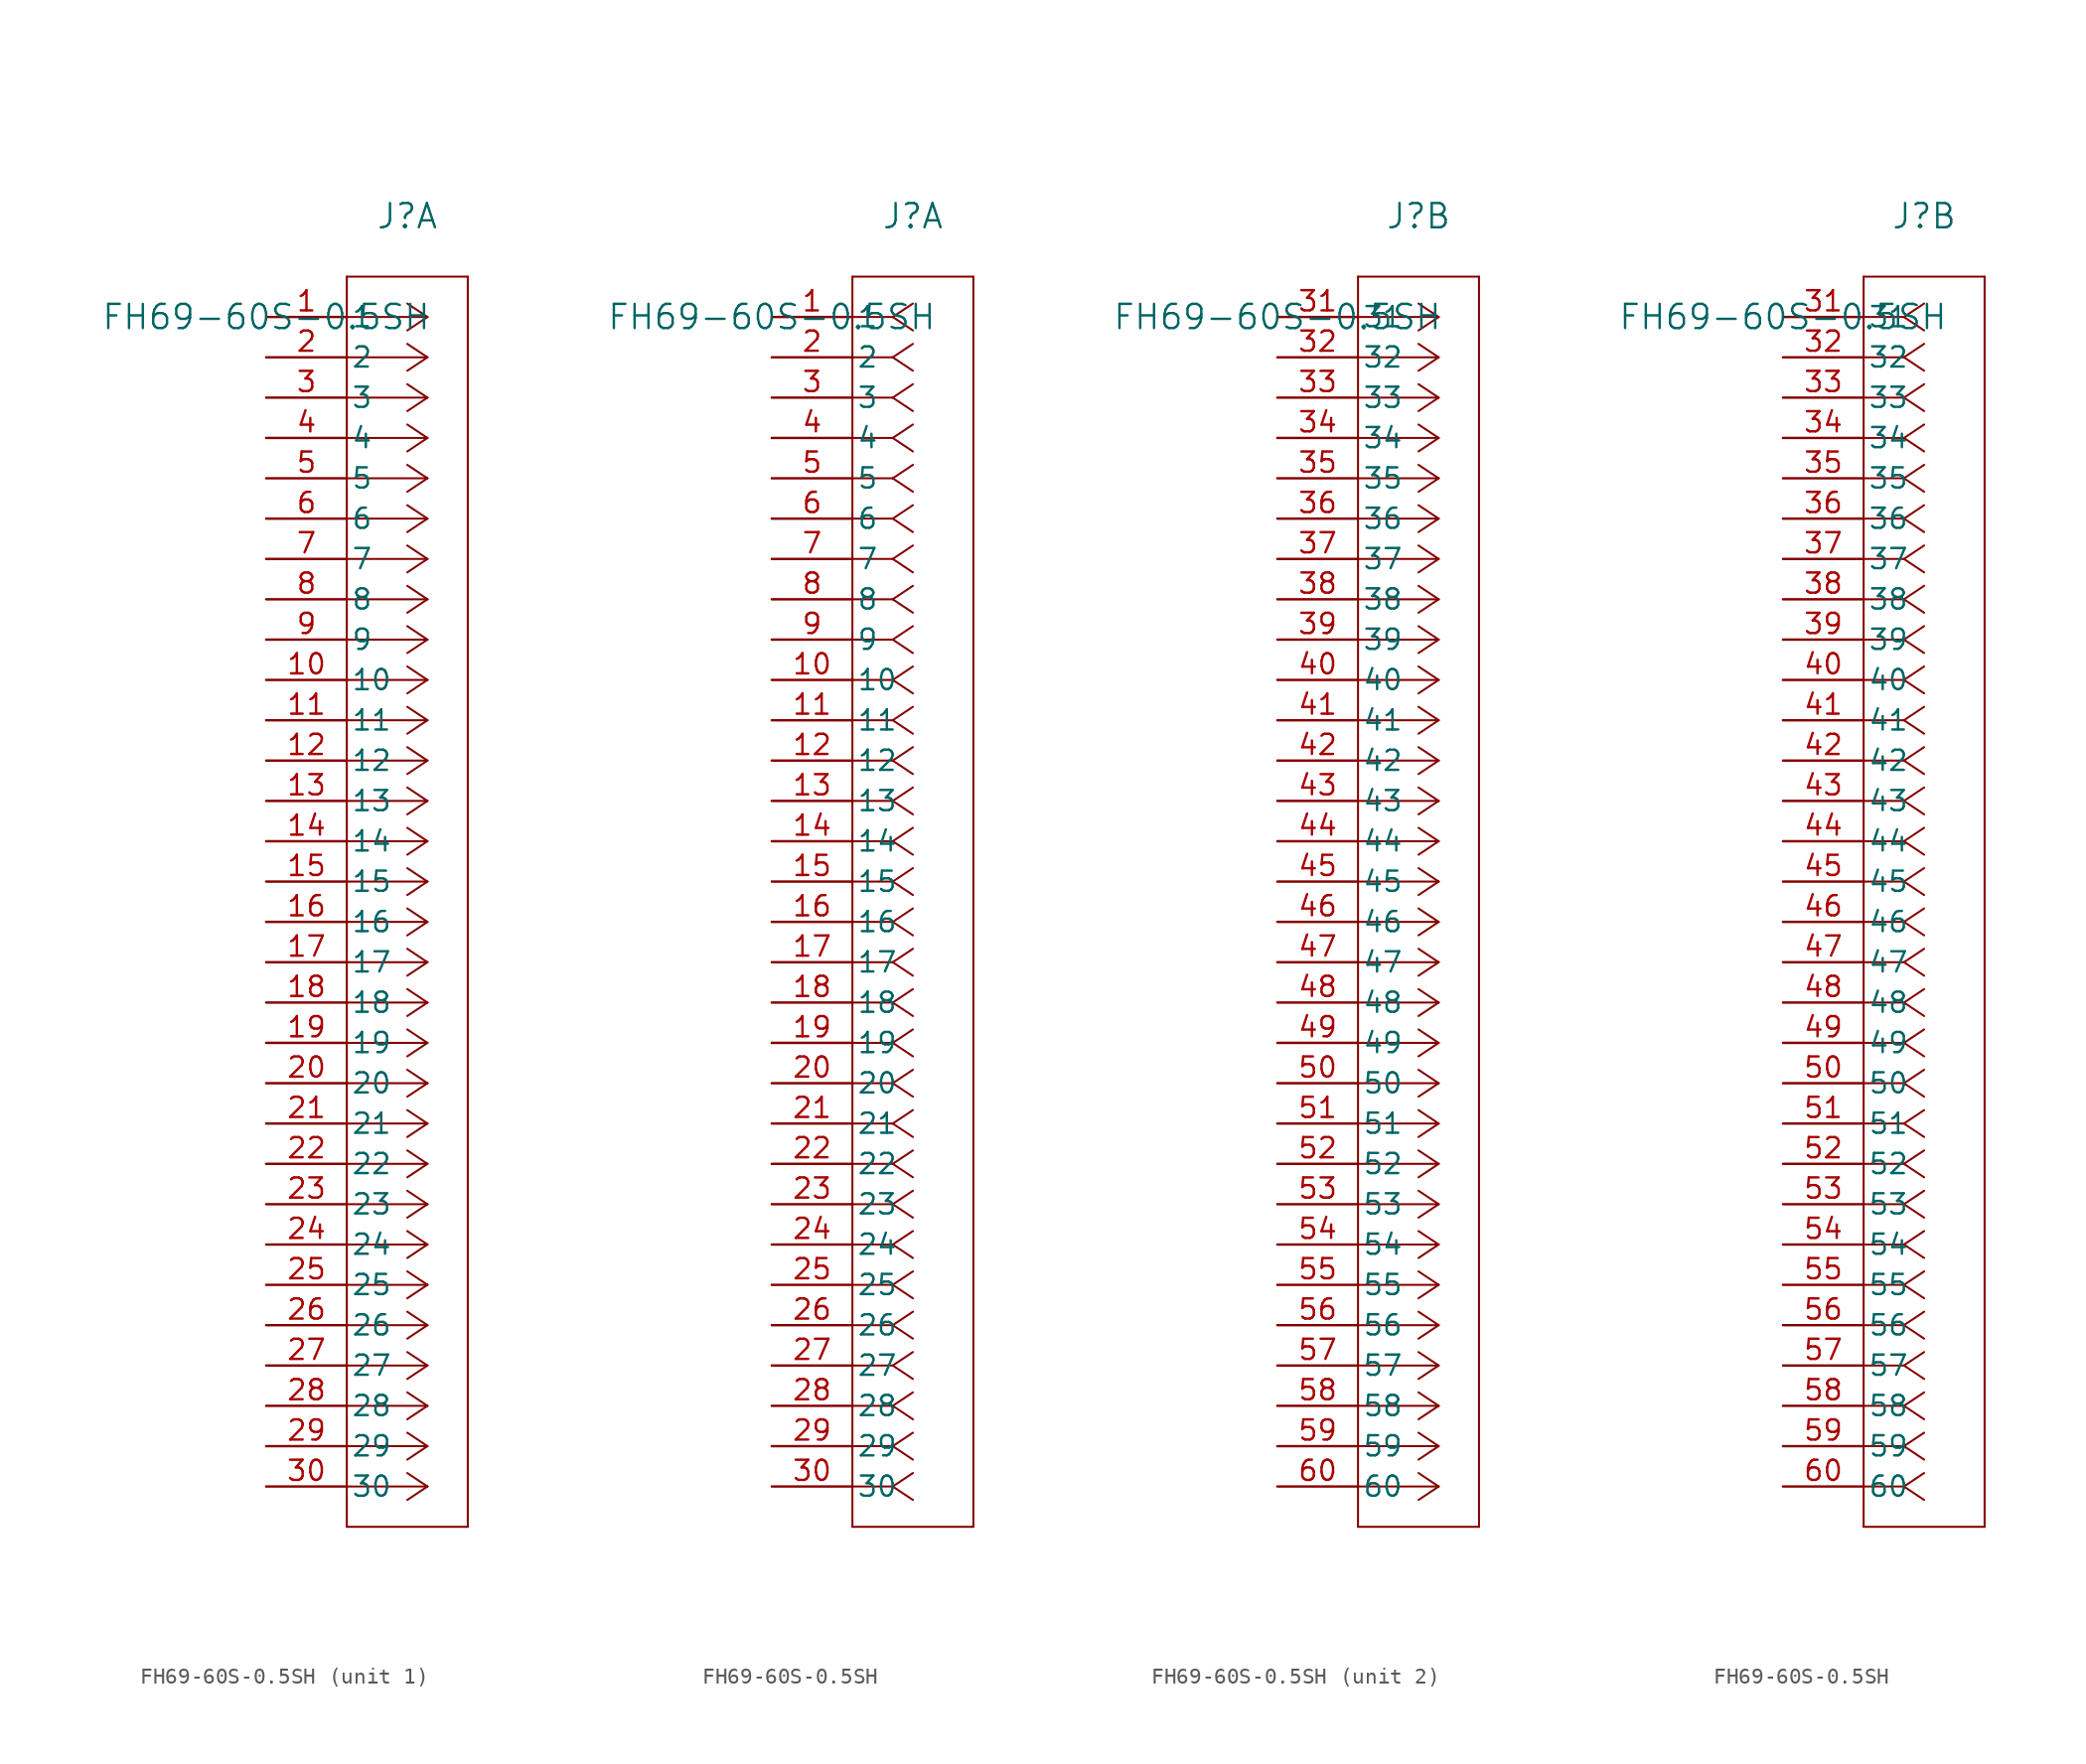
<source format=kicad_sym>
(kicad_symbol_lib
  (version 20211014)
  (generator kicad_symbol_editor)
  (symbol "FH69-60S-0.5SH"
    (pin_names
      (offset 0.254))
    (property "Reference" "J"
      (at 8.89 6.35 0)
      (effects (font (size 1.524 1.524))))
    (property "Value" "FH69-60S-0.5SH"
      (at 0 0 0)
      (effects (font (size 1.524 1.524))))
    (symbol "FH69-60S-0.5SH_1_1"
      (polyline (pts (xy 10.16 0) (xy 5.08 0)) (stroke (width 0.127) (type default) (color 0 0 0 0)) (fill (type none)))
      (polyline (pts (xy 10.16 -2.54) (xy 5.08 -2.54)) (stroke (width 0.127) (type default) (color 0 0 0 0)) (fill (type none)))
      (polyline (pts (xy 10.16 -5.08) (xy 5.08 -5.08)) (stroke (width 0.127) (type default) (color 0 0 0 0)) (fill (type none)))
      (polyline (pts (xy 10.16 -7.62) (xy 5.08 -7.62)) (stroke (width 0.127) (type default) (color 0 0 0 0)) (fill (type none)))
      (polyline (pts (xy 10.16 -10.16) (xy 5.08 -10.16)) (stroke (width 0.127) (type default) (color 0 0 0 0)) (fill (type none)))
      (polyline (pts (xy 10.16 -12.7) (xy 5.08 -12.7)) (stroke (width 0.127) (type default) (color 0 0 0 0)) (fill (type none)))
      (polyline (pts (xy 10.16 -15.24) (xy 5.08 -15.24)) (stroke (width 0.127) (type default) (color 0 0 0 0)) (fill (type none)))
      (polyline (pts (xy 10.16 -17.78) (xy 5.08 -17.78)) (stroke (width 0.127) (type default) (color 0 0 0 0)) (fill (type none)))
      (polyline (pts (xy 10.16 -20.32) (xy 5.08 -20.32)) (stroke (width 0.127) (type default) (color 0 0 0 0)) (fill (type none)))
      (polyline (pts (xy 10.16 -22.86) (xy 5.08 -22.86)) (stroke (width 0.127) (type default) (color 0 0 0 0)) (fill (type none)))
      (polyline (pts (xy 10.16 -25.4) (xy 5.08 -25.4)) (stroke (width 0.127) (type default) (color 0 0 0 0)) (fill (type none)))
      (polyline (pts (xy 10.16 -27.94) (xy 5.08 -27.94)) (stroke (width 0.127) (type default) (color 0 0 0 0)) (fill (type none)))
      (polyline (pts (xy 10.16 -30.48) (xy 5.08 -30.48)) (stroke (width 0.127) (type default) (color 0 0 0 0)) (fill (type none)))
      (polyline (pts (xy 10.16 -33.02) (xy 5.08 -33.02)) (stroke (width 0.127) (type default) (color 0 0 0 0)) (fill (type none)))
      (polyline (pts (xy 10.16 -35.56) (xy 5.08 -35.56)) (stroke (width 0.127) (type default) (color 0 0 0 0)) (fill (type none)))
      (polyline (pts (xy 10.16 -38.1) (xy 5.08 -38.1)) (stroke (width 0.127) (type default) (color 0 0 0 0)) (fill (type none)))
      (polyline (pts (xy 10.16 -40.64) (xy 5.08 -40.64)) (stroke (width 0.127) (type default) (color 0 0 0 0)) (fill (type none)))
      (polyline (pts (xy 10.16 -43.18) (xy 5.08 -43.18)) (stroke (width 0.127) (type default) (color 0 0 0 0)) (fill (type none)))
      (polyline (pts (xy 10.16 -45.72) (xy 5.08 -45.72)) (stroke (width 0.127) (type default) (color 0 0 0 0)) (fill (type none)))
      (polyline (pts (xy 10.16 -48.26) (xy 5.08 -48.26)) (stroke (width 0.127) (type default) (color 0 0 0 0)) (fill (type none)))
      (polyline (pts (xy 10.16 -50.8) (xy 5.08 -50.8)) (stroke (width 0.127) (type default) (color 0 0 0 0)) (fill (type none)))
      (polyline (pts (xy 10.16 -53.34) (xy 5.08 -53.34)) (stroke (width 0.127) (type default) (color 0 0 0 0)) (fill (type none)))
      (polyline (pts (xy 10.16 -55.88) (xy 5.08 -55.88)) (stroke (width 0.127) (type default) (color 0 0 0 0)) (fill (type none)))
      (polyline (pts (xy 10.16 -58.42) (xy 5.08 -58.42)) (stroke (width 0.127) (type default) (color 0 0 0 0)) (fill (type none)))
      (polyline (pts (xy 10.16 -60.96) (xy 5.08 -60.96)) (stroke (width 0.127) (type default) (color 0 0 0 0)) (fill (type none)))
      (polyline (pts (xy 10.16 -63.5) (xy 5.08 -63.5)) (stroke (width 0.127) (type default) (color 0 0 0 0)) (fill (type none)))
      (polyline (pts (xy 10.16 -66.04) (xy 5.08 -66.04)) (stroke (width 0.127) (type default) (color 0 0 0 0)) (fill (type none)))
      (polyline (pts (xy 10.16 -68.58) (xy 5.08 -68.58)) (stroke (width 0.127) (type default) (color 0 0 0 0)) (fill (type none)))
      (polyline (pts (xy 10.16 -71.12) (xy 5.08 -71.12)) (stroke (width 0.127) (type default) (color 0 0 0 0)) (fill (type none)))
      (polyline (pts (xy 10.16 -73.66) (xy 5.08 -73.66)) (stroke (width 0.127) (type default) (color 0 0 0 0)) (fill (type none)))
      (polyline (pts (xy 10.16 0) (xy 8.89 0.847)) (stroke (width 0.127) (type default) (color 0 0 0 0)) (fill (type none)))
      (polyline (pts (xy 10.16 -2.54) (xy 8.89 -1.693)) (stroke (width 0.127) (type default) (color 0 0 0 0)) (fill (type none)))
      (polyline (pts (xy 10.16 -5.08) (xy 8.89 -4.233)) (stroke (width 0.127) (type default) (color 0 0 0 0)) (fill (type none)))
      (polyline (pts (xy 10.16 -7.62) (xy 8.89 -6.773)) (stroke (width 0.127) (type default) (color 0 0 0 0)) (fill (type none)))
      (polyline (pts (xy 10.16 -10.16) (xy 8.89 -9.313)) (stroke (width 0.127) (type default) (color 0 0 0 0)) (fill (type none)))
      (polyline (pts (xy 10.16 -12.7) (xy 8.89 -11.853)) (stroke (width 0.127) (type default) (color 0 0 0 0)) (fill (type none)))
      (polyline (pts (xy 10.16 -15.24) (xy 8.89 -14.393)) (stroke (width 0.127) (type default) (color 0 0 0 0)) (fill (type none)))
      (polyline (pts (xy 10.16 -17.78) (xy 8.89 -16.933)) (stroke (width 0.127) (type default) (color 0 0 0 0)) (fill (type none)))
      (polyline (pts (xy 10.16 -20.32) (xy 8.89 -19.473)) (stroke (width 0.127) (type default) (color 0 0 0 0)) (fill (type none)))
      (polyline (pts (xy 10.16 -22.86) (xy 8.89 -22.013)) (stroke (width 0.127) (type default) (color 0 0 0 0)) (fill (type none)))
      (polyline (pts (xy 10.16 -25.4) (xy 8.89 -24.553)) (stroke (width 0.127) (type default) (color 0 0 0 0)) (fill (type none)))
      (polyline (pts (xy 10.16 -27.94) (xy 8.89 -27.093)) (stroke (width 0.127) (type default) (color 0 0 0 0)) (fill (type none)))
      (polyline (pts (xy 10.16 -30.48) (xy 8.89 -29.633)) (stroke (width 0.127) (type default) (color 0 0 0 0)) (fill (type none)))
      (polyline (pts (xy 10.16 -33.02) (xy 8.89 -32.173)) (stroke (width 0.127) (type default) (color 0 0 0 0)) (fill (type none)))
      (polyline (pts (xy 10.16 -35.56) (xy 8.89 -34.713)) (stroke (width 0.127) (type default) (color 0 0 0 0)) (fill (type none)))
      (polyline (pts (xy 10.16 -38.1) (xy 8.89 -37.253)) (stroke (width 0.127) (type default) (color 0 0 0 0)) (fill (type none)))
      (polyline (pts (xy 10.16 -40.64) (xy 8.89 -39.793)) (stroke (width 0.127) (type default) (color 0 0 0 0)) (fill (type none)))
      (polyline (pts (xy 10.16 -43.18) (xy 8.89 -42.333)) (stroke (width 0.127) (type default) (color 0 0 0 0)) (fill (type none)))
      (polyline (pts (xy 10.16 -45.72) (xy 8.89 -44.873)) (stroke (width 0.127) (type default) (color 0 0 0 0)) (fill (type none)))
      (polyline (pts (xy 10.16 -48.26) (xy 8.89 -47.413)) (stroke (width 0.127) (type default) (color 0 0 0 0)) (fill (type none)))
      (polyline (pts (xy 10.16 -50.8) (xy 8.89 -49.953)) (stroke (width 0.127) (type default) (color 0 0 0 0)) (fill (type none)))
      (polyline (pts (xy 10.16 -53.34) (xy 8.89 -52.493)) (stroke (width 0.127) (type default) (color 0 0 0 0)) (fill (type none)))
      (polyline (pts (xy 10.16 -55.88) (xy 8.89 -55.033)) (stroke (width 0.127) (type default) (color 0 0 0 0)) (fill (type none)))
      (polyline (pts (xy 10.16 -58.42) (xy 8.89 -57.573)) (stroke (width 0.127) (type default) (color 0 0 0 0)) (fill (type none)))
      (polyline (pts (xy 10.16 -60.96) (xy 8.89 -60.113)) (stroke (width 0.127) (type default) (color 0 0 0 0)) (fill (type none)))
      (polyline (pts (xy 10.16 -63.5) (xy 8.89 -62.653)) (stroke (width 0.127) (type default) (color 0 0 0 0)) (fill (type none)))
      (polyline (pts (xy 10.16 -66.04) (xy 8.89 -65.193)) (stroke (width 0.127) (type default) (color 0 0 0 0)) (fill (type none)))
      (polyline (pts (xy 10.16 -68.58) (xy 8.89 -67.733)) (stroke (width 0.127) (type default) (color 0 0 0 0)) (fill (type none)))
      (polyline (pts (xy 10.16 -71.12) (xy 8.89 -70.273)) (stroke (width 0.127) (type default) (color 0 0 0 0)) (fill (type none)))
      (polyline (pts (xy 10.16 -73.66) (xy 8.89 -72.813)) (stroke (width 0.127) (type default) (color 0 0 0 0)) (fill (type none)))
      (polyline (pts (xy 10.16 0) (xy 8.89 -0.847)) (stroke (width 0.127) (type default) (color 0 0 0 0)) (fill (type none)))
      (polyline (pts (xy 10.16 -2.54) (xy 8.89 -3.387)) (stroke (width 0.127) (type default) (color 0 0 0 0)) (fill (type none)))
      (polyline (pts (xy 10.16 -5.08) (xy 8.89 -5.927)) (stroke (width 0.127) (type default) (color 0 0 0 0)) (fill (type none)))
      (polyline (pts (xy 10.16 -7.62) (xy 8.89 -8.467)) (stroke (width 0.127) (type default) (color 0 0 0 0)) (fill (type none)))
      (polyline (pts (xy 10.16 -10.16) (xy 8.89 -11.007)) (stroke (width 0.127) (type default) (color 0 0 0 0)) (fill (type none)))
      (polyline (pts (xy 10.16 -12.7) (xy 8.89 -13.547)) (stroke (width 0.127) (type default) (color 0 0 0 0)) (fill (type none)))
      (polyline (pts (xy 10.16 -15.24) (xy 8.89 -16.087)) (stroke (width 0.127) (type default) (color 0 0 0 0)) (fill (type none)))
      (polyline (pts (xy 10.16 -17.78) (xy 8.89 -18.627)) (stroke (width 0.127) (type default) (color 0 0 0 0)) (fill (type none)))
      (polyline (pts (xy 10.16 -20.32) (xy 8.89 -21.167)) (stroke (width 0.127) (type default) (color 0 0 0 0)) (fill (type none)))
      (polyline (pts (xy 10.16 -22.86) (xy 8.89 -23.707)) (stroke (width 0.127) (type default) (color 0 0 0 0)) (fill (type none)))
      (polyline (pts (xy 10.16 -25.4) (xy 8.89 -26.247)) (stroke (width 0.127) (type default) (color 0 0 0 0)) (fill (type none)))
      (polyline (pts (xy 10.16 -27.94) (xy 8.89 -28.787)) (stroke (width 0.127) (type default) (color 0 0 0 0)) (fill (type none)))
      (polyline (pts (xy 10.16 -30.48) (xy 8.89 -31.327)) (stroke (width 0.127) (type default) (color 0 0 0 0)) (fill (type none)))
      (polyline (pts (xy 10.16 -33.02) (xy 8.89 -33.867)) (stroke (width 0.127) (type default) (color 0 0 0 0)) (fill (type none)))
      (polyline (pts (xy 10.16 -35.56) (xy 8.89 -36.407)) (stroke (width 0.127) (type default) (color 0 0 0 0)) (fill (type none)))
      (polyline (pts (xy 10.16 -38.1) (xy 8.89 -38.947)) (stroke (width 0.127) (type default) (color 0 0 0 0)) (fill (type none)))
      (polyline (pts (xy 10.16 -40.64) (xy 8.89 -41.487)) (stroke (width 0.127) (type default) (color 0 0 0 0)) (fill (type none)))
      (polyline (pts (xy 10.16 -43.18) (xy 8.89 -44.027)) (stroke (width 0.127) (type default) (color 0 0 0 0)) (fill (type none)))
      (polyline (pts (xy 10.16 -45.72) (xy 8.89 -46.567)) (stroke (width 0.127) (type default) (color 0 0 0 0)) (fill (type none)))
      (polyline (pts (xy 10.16 -48.26) (xy 8.89 -49.107)) (stroke (width 0.127) (type default) (color 0 0 0 0)) (fill (type none)))
      (polyline (pts (xy 10.16 -50.8) (xy 8.89 -51.647)) (stroke (width 0.127) (type default) (color 0 0 0 0)) (fill (type none)))
      (polyline (pts (xy 10.16 -53.34) (xy 8.89 -54.187)) (stroke (width 0.127) (type default) (color 0 0 0 0)) (fill (type none)))
      (polyline (pts (xy 10.16 -55.88) (xy 8.89 -56.727)) (stroke (width 0.127) (type default) (color 0 0 0 0)) (fill (type none)))
      (polyline (pts (xy 10.16 -58.42) (xy 8.89 -59.267)) (stroke (width 0.127) (type default) (color 0 0 0 0)) (fill (type none)))
      (polyline (pts (xy 10.16 -60.96) (xy 8.89 -61.807)) (stroke (width 0.127) (type default) (color 0 0 0 0)) (fill (type none)))
      (polyline (pts (xy 10.16 -63.5) (xy 8.89 -64.347)) (stroke (width 0.127) (type default) (color 0 0 0 0)) (fill (type none)))
      (polyline (pts (xy 10.16 -66.04) (xy 8.89 -66.887)) (stroke (width 0.127) (type default) (color 0 0 0 0)) (fill (type none)))
      (polyline (pts (xy 10.16 -68.58) (xy 8.89 -69.427)) (stroke (width 0.127) (type default) (color 0 0 0 0)) (fill (type none)))
      (polyline (pts (xy 10.16 -71.12) (xy 8.89 -71.967)) (stroke (width 0.127) (type default) (color 0 0 0 0)) (fill (type none)))
      (polyline (pts (xy 10.16 -73.66) (xy 8.89 -74.507)) (stroke (width 0.127) (type default) (color 0 0 0 0)) (fill (type none)))
      (polyline (pts (xy 5.08 2.54) (xy 5.08 -76.2)) (stroke (width 0.127) (type default) (color 0 0 0 0)) (fill (type none)))
      (polyline (pts (xy 5.08 -76.2) (xy 12.7 -76.2)) (stroke (width 0.127) (type default) (color 0 0 0 0)) (fill (type none)))
      (polyline (pts (xy 12.7 -76.2) (xy 12.7 2.54)) (stroke (width 0.127) (type default) (color 0 0 0 0)) (fill (type none)))
      (polyline (pts (xy 12.7 2.54) (xy 5.08 2.54)) (stroke (width 0.127) (type default) (color 0 0 0 0)) (fill (type none)))
      (pin unspecified line (at 0 0 0) (length 5.08) (name "1" (effects (font (size 1.27 1.27)))) (number "1" (effects (font (size 1.27 1.27)))))
      (pin unspecified line (at 0 -2.54 0) (length 5.08) (name "2" (effects (font (size 1.27 1.27)))) (number "2" (effects (font (size 1.27 1.27)))))
      (pin unspecified line (at 0 -5.08 0) (length 5.08) (name "3" (effects (font (size 1.27 1.27)))) (number "3" (effects (font (size 1.27 1.27)))))
      (pin unspecified line (at 0 -7.62 0) (length 5.08) (name "4" (effects (font (size 1.27 1.27)))) (number "4" (effects (font (size 1.27 1.27)))))
      (pin unspecified line (at 0 -10.16 0) (length 5.08) (name "5" (effects (font (size 1.27 1.27)))) (number "5" (effects (font (size 1.27 1.27)))))
      (pin unspecified line (at 0 -12.7 0) (length 5.08) (name "6" (effects (font (size 1.27 1.27)))) (number "6" (effects (font (size 1.27 1.27)))))
      (pin unspecified line (at 0 -15.24 0) (length 5.08) (name "7" (effects (font (size 1.27 1.27)))) (number "7" (effects (font (size 1.27 1.27)))))
      (pin unspecified line (at 0 -17.78 0) (length 5.08) (name "8" (effects (font (size 1.27 1.27)))) (number "8" (effects (font (size 1.27 1.27)))))
      (pin unspecified line (at 0 -20.32 0) (length 5.08) (name "9" (effects (font (size 1.27 1.27)))) (number "9" (effects (font (size 1.27 1.27)))))
      (pin unspecified line (at 0 -22.86 0) (length 5.08) (name "10" (effects (font (size 1.27 1.27)))) (number "10" (effects (font (size 1.27 1.27)))))
      (pin unspecified line (at 0 -25.4 0) (length 5.08) (name "11" (effects (font (size 1.27 1.27)))) (number "11" (effects (font (size 1.27 1.27)))))
      (pin unspecified line (at 0 -27.94 0) (length 5.08) (name "12" (effects (font (size 1.27 1.27)))) (number "12" (effects (font (size 1.27 1.27)))))
      (pin unspecified line (at 0 -30.48 0) (length 5.08) (name "13" (effects (font (size 1.27 1.27)))) (number "13" (effects (font (size 1.27 1.27)))))
      (pin unspecified line (at 0 -33.02 0) (length 5.08) (name "14" (effects (font (size 1.27 1.27)))) (number "14" (effects (font (size 1.27 1.27)))))
      (pin unspecified line (at 0 -35.56 0) (length 5.08) (name "15" (effects (font (size 1.27 1.27)))) (number "15" (effects (font (size 1.27 1.27)))))
      (pin unspecified line (at 0 -38.1 0) (length 5.08) (name "16" (effects (font (size 1.27 1.27)))) (number "16" (effects (font (size 1.27 1.27)))))
      (pin unspecified line (at 0 -40.64 0) (length 5.08) (name "17" (effects (font (size 1.27 1.27)))) (number "17" (effects (font (size 1.27 1.27)))))
      (pin unspecified line (at 0 -43.18 0) (length 5.08) (name "18" (effects (font (size 1.27 1.27)))) (number "18" (effects (font (size 1.27 1.27)))))
      (pin unspecified line (at 0 -45.72 0) (length 5.08) (name "19" (effects (font (size 1.27 1.27)))) (number "19" (effects (font (size 1.27 1.27)))))
      (pin unspecified line (at 0 -48.26 0) (length 5.08) (name "20" (effects (font (size 1.27 1.27)))) (number "20" (effects (font (size 1.27 1.27)))))
      (pin unspecified line (at 0 -50.8 0) (length 5.08) (name "21" (effects (font (size 1.27 1.27)))) (number "21" (effects (font (size 1.27 1.27)))))
      (pin unspecified line (at 0 -53.34 0) (length 5.08) (name "22" (effects (font (size 1.27 1.27)))) (number "22" (effects (font (size 1.27 1.27)))))
      (pin unspecified line (at 0 -55.88 0) (length 5.08) (name "23" (effects (font (size 1.27 1.27)))) (number "23" (effects (font (size 1.27 1.27)))))
      (pin unspecified line (at 0 -58.42 0) (length 5.08) (name "24" (effects (font (size 1.27 1.27)))) (number "24" (effects (font (size 1.27 1.27)))))
      (pin unspecified line (at 0 -60.96 0) (length 5.08) (name "25" (effects (font (size 1.27 1.27)))) (number "25" (effects (font (size 1.27 1.27)))))
      (pin unspecified line (at 0 -63.5 0) (length 5.08) (name "26" (effects (font (size 1.27 1.27)))) (number "26" (effects (font (size 1.27 1.27)))))
      (pin unspecified line (at 0 -66.04 0) (length 5.08) (name "27" (effects (font (size 1.27 1.27)))) (number "27" (effects (font (size 1.27 1.27)))))
      (pin unspecified line (at 0 -68.58 0) (length 5.08) (name "28" (effects (font (size 1.27 1.27)))) (number "28" (effects (font (size 1.27 1.27)))))
      (pin unspecified line (at 0 -71.12 0) (length 5.08) (name "29" (effects (font (size 1.27 1.27)))) (number "29" (effects (font (size 1.27 1.27)))))
      (pin unspecified line (at 0 -73.66 0) (length 5.08) (name "30" (effects (font (size 1.27 1.27)))) (number "30" (effects (font (size 1.27 1.27))))))
    (symbol "FH69-60S-0.5SH_1_2"
      (polyline (pts (xy 7.62 0) (xy 5.08 0)) (stroke (width 0.127) (type default) (color 0 0 0 0)) (fill (type none)))
      (polyline (pts (xy 7.62 -2.54) (xy 5.08 -2.54)) (stroke (width 0.127) (type default) (color 0 0 0 0)) (fill (type none)))
      (polyline (pts (xy 7.62 -5.08) (xy 5.08 -5.08)) (stroke (width 0.127) (type default) (color 0 0 0 0)) (fill (type none)))
      (polyline (pts (xy 7.62 -7.62) (xy 5.08 -7.62)) (stroke (width 0.127) (type default) (color 0 0 0 0)) (fill (type none)))
      (polyline (pts (xy 7.62 -10.16) (xy 5.08 -10.16)) (stroke (width 0.127) (type default) (color 0 0 0 0)) (fill (type none)))
      (polyline (pts (xy 7.62 -12.7) (xy 5.08 -12.7)) (stroke (width 0.127) (type default) (color 0 0 0 0)) (fill (type none)))
      (polyline (pts (xy 7.62 -15.24) (xy 5.08 -15.24)) (stroke (width 0.127) (type default) (color 0 0 0 0)) (fill (type none)))
      (polyline (pts (xy 7.62 -17.78) (xy 5.08 -17.78)) (stroke (width 0.127) (type default) (color 0 0 0 0)) (fill (type none)))
      (polyline (pts (xy 7.62 -20.32) (xy 5.08 -20.32)) (stroke (width 0.127) (type default) (color 0 0 0 0)) (fill (type none)))
      (polyline (pts (xy 7.62 -22.86) (xy 5.08 -22.86)) (stroke (width 0.127) (type default) (color 0 0 0 0)) (fill (type none)))
      (polyline (pts (xy 7.62 -25.4) (xy 5.08 -25.4)) (stroke (width 0.127) (type default) (color 0 0 0 0)) (fill (type none)))
      (polyline (pts (xy 7.62 -27.94) (xy 5.08 -27.94)) (stroke (width 0.127) (type default) (color 0 0 0 0)) (fill (type none)))
      (polyline (pts (xy 7.62 -30.48) (xy 5.08 -30.48)) (stroke (width 0.127) (type default) (color 0 0 0 0)) (fill (type none)))
      (polyline (pts (xy 7.62 -33.02) (xy 5.08 -33.02)) (stroke (width 0.127) (type default) (color 0 0 0 0)) (fill (type none)))
      (polyline (pts (xy 7.62 -35.56) (xy 5.08 -35.56)) (stroke (width 0.127) (type default) (color 0 0 0 0)) (fill (type none)))
      (polyline (pts (xy 7.62 -38.1) (xy 5.08 -38.1)) (stroke (width 0.127) (type default) (color 0 0 0 0)) (fill (type none)))
      (polyline (pts (xy 7.62 -40.64) (xy 5.08 -40.64)) (stroke (width 0.127) (type default) (color 0 0 0 0)) (fill (type none)))
      (polyline (pts (xy 7.62 -43.18) (xy 5.08 -43.18)) (stroke (width 0.127) (type default) (color 0 0 0 0)) (fill (type none)))
      (polyline (pts (xy 7.62 -45.72) (xy 5.08 -45.72)) (stroke (width 0.127) (type default) (color 0 0 0 0)) (fill (type none)))
      (polyline (pts (xy 7.62 -48.26) (xy 5.08 -48.26)) (stroke (width 0.127) (type default) (color 0 0 0 0)) (fill (type none)))
      (polyline (pts (xy 7.62 -50.8) (xy 5.08 -50.8)) (stroke (width 0.127) (type default) (color 0 0 0 0)) (fill (type none)))
      (polyline (pts (xy 7.62 -53.34) (xy 5.08 -53.34)) (stroke (width 0.127) (type default) (color 0 0 0 0)) (fill (type none)))
      (polyline (pts (xy 7.62 -55.88) (xy 5.08 -55.88)) (stroke (width 0.127) (type default) (color 0 0 0 0)) (fill (type none)))
      (polyline (pts (xy 7.62 -58.42) (xy 5.08 -58.42)) (stroke (width 0.127) (type default) (color 0 0 0 0)) (fill (type none)))
      (polyline (pts (xy 7.62 -60.96) (xy 5.08 -60.96)) (stroke (width 0.127) (type default) (color 0 0 0 0)) (fill (type none)))
      (polyline (pts (xy 7.62 -63.5) (xy 5.08 -63.5)) (stroke (width 0.127) (type default) (color 0 0 0 0)) (fill (type none)))
      (polyline (pts (xy 7.62 -66.04) (xy 5.08 -66.04)) (stroke (width 0.127) (type default) (color 0 0 0 0)) (fill (type none)))
      (polyline (pts (xy 7.62 -68.58) (xy 5.08 -68.58)) (stroke (width 0.127) (type default) (color 0 0 0 0)) (fill (type none)))
      (polyline (pts (xy 7.62 -71.12) (xy 5.08 -71.12)) (stroke (width 0.127) (type default) (color 0 0 0 0)) (fill (type none)))
      (polyline (pts (xy 7.62 -73.66) (xy 5.08 -73.66)) (stroke (width 0.127) (type default) (color 0 0 0 0)) (fill (type none)))
      (polyline (pts (xy 7.62 0) (xy 8.89 0.847)) (stroke (width 0.127) (type default) (color 0 0 0 0)) (fill (type none)))
      (polyline (pts (xy 7.62 -2.54) (xy 8.89 -1.693)) (stroke (width 0.127) (type default) (color 0 0 0 0)) (fill (type none)))
      (polyline (pts (xy 7.62 -5.08) (xy 8.89 -4.233)) (stroke (width 0.127) (type default) (color 0 0 0 0)) (fill (type none)))
      (polyline (pts (xy 7.62 -7.62) (xy 8.89 -6.773)) (stroke (width 0.127) (type default) (color 0 0 0 0)) (fill (type none)))
      (polyline (pts (xy 7.62 -10.16) (xy 8.89 -9.313)) (stroke (width 0.127) (type default) (color 0 0 0 0)) (fill (type none)))
      (polyline (pts (xy 7.62 -12.7) (xy 8.89 -11.853)) (stroke (width 0.127) (type default) (color 0 0 0 0)) (fill (type none)))
      (polyline (pts (xy 7.62 -15.24) (xy 8.89 -14.393)) (stroke (width 0.127) (type default) (color 0 0 0 0)) (fill (type none)))
      (polyline (pts (xy 7.62 -17.78) (xy 8.89 -16.933)) (stroke (width 0.127) (type default) (color 0 0 0 0)) (fill (type none)))
      (polyline (pts (xy 7.62 -20.32) (xy 8.89 -19.473)) (stroke (width 0.127) (type default) (color 0 0 0 0)) (fill (type none)))
      (polyline (pts (xy 7.62 -22.86) (xy 8.89 -22.013)) (stroke (width 0.127) (type default) (color 0 0 0 0)) (fill (type none)))
      (polyline (pts (xy 7.62 -25.4) (xy 8.89 -24.553)) (stroke (width 0.127) (type default) (color 0 0 0 0)) (fill (type none)))
      (polyline (pts (xy 7.62 -27.94) (xy 8.89 -27.093)) (stroke (width 0.127) (type default) (color 0 0 0 0)) (fill (type none)))
      (polyline (pts (xy 7.62 -30.48) (xy 8.89 -29.633)) (stroke (width 0.127) (type default) (color 0 0 0 0)) (fill (type none)))
      (polyline (pts (xy 7.62 -33.02) (xy 8.89 -32.173)) (stroke (width 0.127) (type default) (color 0 0 0 0)) (fill (type none)))
      (polyline (pts (xy 7.62 -35.56) (xy 8.89 -34.713)) (stroke (width 0.127) (type default) (color 0 0 0 0)) (fill (type none)))
      (polyline (pts (xy 7.62 -38.1) (xy 8.89 -37.253)) (stroke (width 0.127) (type default) (color 0 0 0 0)) (fill (type none)))
      (polyline (pts (xy 7.62 -40.64) (xy 8.89 -39.793)) (stroke (width 0.127) (type default) (color 0 0 0 0)) (fill (type none)))
      (polyline (pts (xy 7.62 -43.18) (xy 8.89 -42.333)) (stroke (width 0.127) (type default) (color 0 0 0 0)) (fill (type none)))
      (polyline (pts (xy 7.62 -45.72) (xy 8.89 -44.873)) (stroke (width 0.127) (type default) (color 0 0 0 0)) (fill (type none)))
      (polyline (pts (xy 7.62 -48.26) (xy 8.89 -47.413)) (stroke (width 0.127) (type default) (color 0 0 0 0)) (fill (type none)))
      (polyline (pts (xy 7.62 -50.8) (xy 8.89 -49.953)) (stroke (width 0.127) (type default) (color 0 0 0 0)) (fill (type none)))
      (polyline (pts (xy 7.62 -53.34) (xy 8.89 -52.493)) (stroke (width 0.127) (type default) (color 0 0 0 0)) (fill (type none)))
      (polyline (pts (xy 7.62 -55.88) (xy 8.89 -55.033)) (stroke (width 0.127) (type default) (color 0 0 0 0)) (fill (type none)))
      (polyline (pts (xy 7.62 -58.42) (xy 8.89 -57.573)) (stroke (width 0.127) (type default) (color 0 0 0 0)) (fill (type none)))
      (polyline (pts (xy 7.62 -60.96) (xy 8.89 -60.113)) (stroke (width 0.127) (type default) (color 0 0 0 0)) (fill (type none)))
      (polyline (pts (xy 7.62 -63.5) (xy 8.89 -62.653)) (stroke (width 0.127) (type default) (color 0 0 0 0)) (fill (type none)))
      (polyline (pts (xy 7.62 -66.04) (xy 8.89 -65.193)) (stroke (width 0.127) (type default) (color 0 0 0 0)) (fill (type none)))
      (polyline (pts (xy 7.62 -68.58) (xy 8.89 -67.733)) (stroke (width 0.127) (type default) (color 0 0 0 0)) (fill (type none)))
      (polyline (pts (xy 7.62 -71.12) (xy 8.89 -70.273)) (stroke (width 0.127) (type default) (color 0 0 0 0)) (fill (type none)))
      (polyline (pts (xy 7.62 -73.66) (xy 8.89 -72.813)) (stroke (width 0.127) (type default) (color 0 0 0 0)) (fill (type none)))
      (polyline (pts (xy 7.62 0) (xy 8.89 -0.847)) (stroke (width 0.127) (type default) (color 0 0 0 0)) (fill (type none)))
      (polyline (pts (xy 7.62 -2.54) (xy 8.89 -3.387)) (stroke (width 0.127) (type default) (color 0 0 0 0)) (fill (type none)))
      (polyline (pts (xy 7.62 -5.08) (xy 8.89 -5.927)) (stroke (width 0.127) (type default) (color 0 0 0 0)) (fill (type none)))
      (polyline (pts (xy 7.62 -7.62) (xy 8.89 -8.467)) (stroke (width 0.127) (type default) (color 0 0 0 0)) (fill (type none)))
      (polyline (pts (xy 7.62 -10.16) (xy 8.89 -11.007)) (stroke (width 0.127) (type default) (color 0 0 0 0)) (fill (type none)))
      (polyline (pts (xy 7.62 -12.7) (xy 8.89 -13.547)) (stroke (width 0.127) (type default) (color 0 0 0 0)) (fill (type none)))
      (polyline (pts (xy 7.62 -15.24) (xy 8.89 -16.087)) (stroke (width 0.127) (type default) (color 0 0 0 0)) (fill (type none)))
      (polyline (pts (xy 7.62 -17.78) (xy 8.89 -18.627)) (stroke (width 0.127) (type default) (color 0 0 0 0)) (fill (type none)))
      (polyline (pts (xy 7.62 -20.32) (xy 8.89 -21.167)) (stroke (width 0.127) (type default) (color 0 0 0 0)) (fill (type none)))
      (polyline (pts (xy 7.62 -22.86) (xy 8.89 -23.707)) (stroke (width 0.127) (type default) (color 0 0 0 0)) (fill (type none)))
      (polyline (pts (xy 7.62 -25.4) (xy 8.89 -26.247)) (stroke (width 0.127) (type default) (color 0 0 0 0)) (fill (type none)))
      (polyline (pts (xy 7.62 -27.94) (xy 8.89 -28.787)) (stroke (width 0.127) (type default) (color 0 0 0 0)) (fill (type none)))
      (polyline (pts (xy 7.62 -30.48) (xy 8.89 -31.327)) (stroke (width 0.127) (type default) (color 0 0 0 0)) (fill (type none)))
      (polyline (pts (xy 7.62 -33.02) (xy 8.89 -33.867)) (stroke (width 0.127) (type default) (color 0 0 0 0)) (fill (type none)))
      (polyline (pts (xy 7.62 -35.56) (xy 8.89 -36.407)) (stroke (width 0.127) (type default) (color 0 0 0 0)) (fill (type none)))
      (polyline (pts (xy 7.62 -38.1) (xy 8.89 -38.947)) (stroke (width 0.127) (type default) (color 0 0 0 0)) (fill (type none)))
      (polyline (pts (xy 7.62 -40.64) (xy 8.89 -41.487)) (stroke (width 0.127) (type default) (color 0 0 0 0)) (fill (type none)))
      (polyline (pts (xy 7.62 -43.18) (xy 8.89 -44.027)) (stroke (width 0.127) (type default) (color 0 0 0 0)) (fill (type none)))
      (polyline (pts (xy 7.62 -45.72) (xy 8.89 -46.567)) (stroke (width 0.127) (type default) (color 0 0 0 0)) (fill (type none)))
      (polyline (pts (xy 7.62 -48.26) (xy 8.89 -49.107)) (stroke (width 0.127) (type default) (color 0 0 0 0)) (fill (type none)))
      (polyline (pts (xy 7.62 -50.8) (xy 8.89 -51.647)) (stroke (width 0.127) (type default) (color 0 0 0 0)) (fill (type none)))
      (polyline (pts (xy 7.62 -53.34) (xy 8.89 -54.187)) (stroke (width 0.127) (type default) (color 0 0 0 0)) (fill (type none)))
      (polyline (pts (xy 7.62 -55.88) (xy 8.89 -56.727)) (stroke (width 0.127) (type default) (color 0 0 0 0)) (fill (type none)))
      (polyline (pts (xy 7.62 -58.42) (xy 8.89 -59.267)) (stroke (width 0.127) (type default) (color 0 0 0 0)) (fill (type none)))
      (polyline (pts (xy 7.62 -60.96) (xy 8.89 -61.807)) (stroke (width 0.127) (type default) (color 0 0 0 0)) (fill (type none)))
      (polyline (pts (xy 7.62 -63.5) (xy 8.89 -64.347)) (stroke (width 0.127) (type default) (color 0 0 0 0)) (fill (type none)))
      (polyline (pts (xy 7.62 -66.04) (xy 8.89 -66.887)) (stroke (width 0.127) (type default) (color 0 0 0 0)) (fill (type none)))
      (polyline (pts (xy 7.62 -68.58) (xy 8.89 -69.427)) (stroke (width 0.127) (type default) (color 0 0 0 0)) (fill (type none)))
      (polyline (pts (xy 7.62 -71.12) (xy 8.89 -71.967)) (stroke (width 0.127) (type default) (color 0 0 0 0)) (fill (type none)))
      (polyline (pts (xy 7.62 -73.66) (xy 8.89 -74.507)) (stroke (width 0.127) (type default) (color 0 0 0 0)) (fill (type none)))
      (polyline (pts (xy 5.08 2.54) (xy 5.08 -76.2)) (stroke (width 0.127) (type default) (color 0 0 0 0)) (fill (type none)))
      (polyline (pts (xy 5.08 -76.2) (xy 12.7 -76.2)) (stroke (width 0.127) (type default) (color 0 0 0 0)) (fill (type none)))
      (polyline (pts (xy 12.7 -76.2) (xy 12.7 2.54)) (stroke (width 0.127) (type default) (color 0 0 0 0)) (fill (type none)))
      (polyline (pts (xy 12.7 2.54) (xy 5.08 2.54)) (stroke (width 0.127) (type default) (color 0 0 0 0)) (fill (type none)))
      (pin unspecified line (at 0 0 0) (length 5.08) (name "1" (effects (font (size 1.27 1.27)))) (number "1" (effects (font (size 1.27 1.27)))))
      (pin unspecified line (at 0 -2.54 0) (length 5.08) (name "2" (effects (font (size 1.27 1.27)))) (number "2" (effects (font (size 1.27 1.27)))))
      (pin unspecified line (at 0 -5.08 0) (length 5.08) (name "3" (effects (font (size 1.27 1.27)))) (number "3" (effects (font (size 1.27 1.27)))))
      (pin unspecified line (at 0 -7.62 0) (length 5.08) (name "4" (effects (font (size 1.27 1.27)))) (number "4" (effects (font (size 1.27 1.27)))))
      (pin unspecified line (at 0 -10.16 0) (length 5.08) (name "5" (effects (font (size 1.27 1.27)))) (number "5" (effects (font (size 1.27 1.27)))))
      (pin unspecified line (at 0 -12.7 0) (length 5.08) (name "6" (effects (font (size 1.27 1.27)))) (number "6" (effects (font (size 1.27 1.27)))))
      (pin unspecified line (at 0 -15.24 0) (length 5.08) (name "7" (effects (font (size 1.27 1.27)))) (number "7" (effects (font (size 1.27 1.27)))))
      (pin unspecified line (at 0 -17.78 0) (length 5.08) (name "8" (effects (font (size 1.27 1.27)))) (number "8" (effects (font (size 1.27 1.27)))))
      (pin unspecified line (at 0 -20.32 0) (length 5.08) (name "9" (effects (font (size 1.27 1.27)))) (number "9" (effects (font (size 1.27 1.27)))))
      (pin unspecified line (at 0 -22.86 0) (length 5.08) (name "10" (effects (font (size 1.27 1.27)))) (number "10" (effects (font (size 1.27 1.27)))))
      (pin unspecified line (at 0 -25.4 0) (length 5.08) (name "11" (effects (font (size 1.27 1.27)))) (number "11" (effects (font (size 1.27 1.27)))))
      (pin unspecified line (at 0 -27.94 0) (length 5.08) (name "12" (effects (font (size 1.27 1.27)))) (number "12" (effects (font (size 1.27 1.27)))))
      (pin unspecified line (at 0 -30.48 0) (length 5.08) (name "13" (effects (font (size 1.27 1.27)))) (number "13" (effects (font (size 1.27 1.27)))))
      (pin unspecified line (at 0 -33.02 0) (length 5.08) (name "14" (effects (font (size 1.27 1.27)))) (number "14" (effects (font (size 1.27 1.27)))))
      (pin unspecified line (at 0 -35.56 0) (length 5.08) (name "15" (effects (font (size 1.27 1.27)))) (number "15" (effects (font (size 1.27 1.27)))))
      (pin unspecified line (at 0 -38.1 0) (length 5.08) (name "16" (effects (font (size 1.27 1.27)))) (number "16" (effects (font (size 1.27 1.27)))))
      (pin unspecified line (at 0 -40.64 0) (length 5.08) (name "17" (effects (font (size 1.27 1.27)))) (number "17" (effects (font (size 1.27 1.27)))))
      (pin unspecified line (at 0 -43.18 0) (length 5.08) (name "18" (effects (font (size 1.27 1.27)))) (number "18" (effects (font (size 1.27 1.27)))))
      (pin unspecified line (at 0 -45.72 0) (length 5.08) (name "19" (effects (font (size 1.27 1.27)))) (number "19" (effects (font (size 1.27 1.27)))))
      (pin unspecified line (at 0 -48.26 0) (length 5.08) (name "20" (effects (font (size 1.27 1.27)))) (number "20" (effects (font (size 1.27 1.27)))))
      (pin unspecified line (at 0 -50.8 0) (length 5.08) (name "21" (effects (font (size 1.27 1.27)))) (number "21" (effects (font (size 1.27 1.27)))))
      (pin unspecified line (at 0 -53.34 0) (length 5.08) (name "22" (effects (font (size 1.27 1.27)))) (number "22" (effects (font (size 1.27 1.27)))))
      (pin unspecified line (at 0 -55.88 0) (length 5.08) (name "23" (effects (font (size 1.27 1.27)))) (number "23" (effects (font (size 1.27 1.27)))))
      (pin unspecified line (at 0 -58.42 0) (length 5.08) (name "24" (effects (font (size 1.27 1.27)))) (number "24" (effects (font (size 1.27 1.27)))))
      (pin unspecified line (at 0 -60.96 0) (length 5.08) (name "25" (effects (font (size 1.27 1.27)))) (number "25" (effects (font (size 1.27 1.27)))))
      (pin unspecified line (at 0 -63.5 0) (length 5.08) (name "26" (effects (font (size 1.27 1.27)))) (number "26" (effects (font (size 1.27 1.27)))))
      (pin unspecified line (at 0 -66.04 0) (length 5.08) (name "27" (effects (font (size 1.27 1.27)))) (number "27" (effects (font (size 1.27 1.27)))))
      (pin unspecified line (at 0 -68.58 0) (length 5.08) (name "28" (effects (font (size 1.27 1.27)))) (number "28" (effects (font (size 1.27 1.27)))))
      (pin unspecified line (at 0 -71.12 0) (length 5.08) (name "29" (effects (font (size 1.27 1.27)))) (number "29" (effects (font (size 1.27 1.27)))))
      (pin unspecified line (at 0 -73.66 0) (length 5.08) (name "30" (effects (font (size 1.27 1.27)))) (number "30" (effects (font (size 1.27 1.27))))))
    (symbol "FH69-60S-0.5SH_2_1"
      (polyline (pts (xy 10.16 0) (xy 5.08 0)) (stroke (width 0.127) (type default) (color 0 0 0 0)) (fill (type none)))
      (polyline (pts (xy 10.16 -2.54) (xy 5.08 -2.54)) (stroke (width 0.127) (type default) (color 0 0 0 0)) (fill (type none)))
      (polyline (pts (xy 10.16 -5.08) (xy 5.08 -5.08)) (stroke (width 0.127) (type default) (color 0 0 0 0)) (fill (type none)))
      (polyline (pts (xy 10.16 -7.62) (xy 5.08 -7.62)) (stroke (width 0.127) (type default) (color 0 0 0 0)) (fill (type none)))
      (polyline (pts (xy 10.16 -10.16) (xy 5.08 -10.16)) (stroke (width 0.127) (type default) (color 0 0 0 0)) (fill (type none)))
      (polyline (pts (xy 10.16 -12.7) (xy 5.08 -12.7)) (stroke (width 0.127) (type default) (color 0 0 0 0)) (fill (type none)))
      (polyline (pts (xy 10.16 -15.24) (xy 5.08 -15.24)) (stroke (width 0.127) (type default) (color 0 0 0 0)) (fill (type none)))
      (polyline (pts (xy 10.16 -17.78) (xy 5.08 -17.78)) (stroke (width 0.127) (type default) (color 0 0 0 0)) (fill (type none)))
      (polyline (pts (xy 10.16 -20.32) (xy 5.08 -20.32)) (stroke (width 0.127) (type default) (color 0 0 0 0)) (fill (type none)))
      (polyline (pts (xy 10.16 -22.86) (xy 5.08 -22.86)) (stroke (width 0.127) (type default) (color 0 0 0 0)) (fill (type none)))
      (polyline (pts (xy 10.16 -25.4) (xy 5.08 -25.4)) (stroke (width 0.127) (type default) (color 0 0 0 0)) (fill (type none)))
      (polyline (pts (xy 10.16 -27.94) (xy 5.08 -27.94)) (stroke (width 0.127) (type default) (color 0 0 0 0)) (fill (type none)))
      (polyline (pts (xy 10.16 -30.48) (xy 5.08 -30.48)) (stroke (width 0.127) (type default) (color 0 0 0 0)) (fill (type none)))
      (polyline (pts (xy 10.16 -33.02) (xy 5.08 -33.02)) (stroke (width 0.127) (type default) (color 0 0 0 0)) (fill (type none)))
      (polyline (pts (xy 10.16 -35.56) (xy 5.08 -35.56)) (stroke (width 0.127) (type default) (color 0 0 0 0)) (fill (type none)))
      (polyline (pts (xy 10.16 -38.1) (xy 5.08 -38.1)) (stroke (width 0.127) (type default) (color 0 0 0 0)) (fill (type none)))
      (polyline (pts (xy 10.16 -40.64) (xy 5.08 -40.64)) (stroke (width 0.127) (type default) (color 0 0 0 0)) (fill (type none)))
      (polyline (pts (xy 10.16 -43.18) (xy 5.08 -43.18)) (stroke (width 0.127) (type default) (color 0 0 0 0)) (fill (type none)))
      (polyline (pts (xy 10.16 -45.72) (xy 5.08 -45.72)) (stroke (width 0.127) (type default) (color 0 0 0 0)) (fill (type none)))
      (polyline (pts (xy 10.16 -48.26) (xy 5.08 -48.26)) (stroke (width 0.127) (type default) (color 0 0 0 0)) (fill (type none)))
      (polyline (pts (xy 10.16 -50.8) (xy 5.08 -50.8)) (stroke (width 0.127) (type default) (color 0 0 0 0)) (fill (type none)))
      (polyline (pts (xy 10.16 -53.34) (xy 5.08 -53.34)) (stroke (width 0.127) (type default) (color 0 0 0 0)) (fill (type none)))
      (polyline (pts (xy 10.16 -55.88) (xy 5.08 -55.88)) (stroke (width 0.127) (type default) (color 0 0 0 0)) (fill (type none)))
      (polyline (pts (xy 10.16 -58.42) (xy 5.08 -58.42)) (stroke (width 0.127) (type default) (color 0 0 0 0)) (fill (type none)))
      (polyline (pts (xy 10.16 -60.96) (xy 5.08 -60.96)) (stroke (width 0.127) (type default) (color 0 0 0 0)) (fill (type none)))
      (polyline (pts (xy 10.16 -63.5) (xy 5.08 -63.5)) (stroke (width 0.127) (type default) (color 0 0 0 0)) (fill (type none)))
      (polyline (pts (xy 10.16 -66.04) (xy 5.08 -66.04)) (stroke (width 0.127) (type default) (color 0 0 0 0)) (fill (type none)))
      (polyline (pts (xy 10.16 -68.58) (xy 5.08 -68.58)) (stroke (width 0.127) (type default) (color 0 0 0 0)) (fill (type none)))
      (polyline (pts (xy 10.16 -71.12) (xy 5.08 -71.12)) (stroke (width 0.127) (type default) (color 0 0 0 0)) (fill (type none)))
      (polyline (pts (xy 10.16 -73.66) (xy 5.08 -73.66)) (stroke (width 0.127) (type default) (color 0 0 0 0)) (fill (type none)))
      (polyline (pts (xy 10.16 0) (xy 8.89 0.847)) (stroke (width 0.127) (type default) (color 0 0 0 0)) (fill (type none)))
      (polyline (pts (xy 10.16 -2.54) (xy 8.89 -1.693)) (stroke (width 0.127) (type default) (color 0 0 0 0)) (fill (type none)))
      (polyline (pts (xy 10.16 -5.08) (xy 8.89 -4.233)) (stroke (width 0.127) (type default) (color 0 0 0 0)) (fill (type none)))
      (polyline (pts (xy 10.16 -7.62) (xy 8.89 -6.773)) (stroke (width 0.127) (type default) (color 0 0 0 0)) (fill (type none)))
      (polyline (pts (xy 10.16 -10.16) (xy 8.89 -9.313)) (stroke (width 0.127) (type default) (color 0 0 0 0)) (fill (type none)))
      (polyline (pts (xy 10.16 -12.7) (xy 8.89 -11.853)) (stroke (width 0.127) (type default) (color 0 0 0 0)) (fill (type none)))
      (polyline (pts (xy 10.16 -15.24) (xy 8.89 -14.393)) (stroke (width 0.127) (type default) (color 0 0 0 0)) (fill (type none)))
      (polyline (pts (xy 10.16 -17.78) (xy 8.89 -16.933)) (stroke (width 0.127) (type default) (color 0 0 0 0)) (fill (type none)))
      (polyline (pts (xy 10.16 -20.32) (xy 8.89 -19.473)) (stroke (width 0.127) (type default) (color 0 0 0 0)) (fill (type none)))
      (polyline (pts (xy 10.16 -22.86) (xy 8.89 -22.013)) (stroke (width 0.127) (type default) (color 0 0 0 0)) (fill (type none)))
      (polyline (pts (xy 10.16 -25.4) (xy 8.89 -24.553)) (stroke (width 0.127) (type default) (color 0 0 0 0)) (fill (type none)))
      (polyline (pts (xy 10.16 -27.94) (xy 8.89 -27.093)) (stroke (width 0.127) (type default) (color 0 0 0 0)) (fill (type none)))
      (polyline (pts (xy 10.16 -30.48) (xy 8.89 -29.633)) (stroke (width 0.127) (type default) (color 0 0 0 0)) (fill (type none)))
      (polyline (pts (xy 10.16 -33.02) (xy 8.89 -32.173)) (stroke (width 0.127) (type default) (color 0 0 0 0)) (fill (type none)))
      (polyline (pts (xy 10.16 -35.56) (xy 8.89 -34.713)) (stroke (width 0.127) (type default) (color 0 0 0 0)) (fill (type none)))
      (polyline (pts (xy 10.16 -38.1) (xy 8.89 -37.253)) (stroke (width 0.127) (type default) (color 0 0 0 0)) (fill (type none)))
      (polyline (pts (xy 10.16 -40.64) (xy 8.89 -39.793)) (stroke (width 0.127) (type default) (color 0 0 0 0)) (fill (type none)))
      (polyline (pts (xy 10.16 -43.18) (xy 8.89 -42.333)) (stroke (width 0.127) (type default) (color 0 0 0 0)) (fill (type none)))
      (polyline (pts (xy 10.16 -45.72) (xy 8.89 -44.873)) (stroke (width 0.127) (type default) (color 0 0 0 0)) (fill (type none)))
      (polyline (pts (xy 10.16 -48.26) (xy 8.89 -47.413)) (stroke (width 0.127) (type default) (color 0 0 0 0)) (fill (type none)))
      (polyline (pts (xy 10.16 -50.8) (xy 8.89 -49.953)) (stroke (width 0.127) (type default) (color 0 0 0 0)) (fill (type none)))
      (polyline (pts (xy 10.16 -53.34) (xy 8.89 -52.493)) (stroke (width 0.127) (type default) (color 0 0 0 0)) (fill (type none)))
      (polyline (pts (xy 10.16 -55.88) (xy 8.89 -55.033)) (stroke (width 0.127) (type default) (color 0 0 0 0)) (fill (type none)))
      (polyline (pts (xy 10.16 -58.42) (xy 8.89 -57.573)) (stroke (width 0.127) (type default) (color 0 0 0 0)) (fill (type none)))
      (polyline (pts (xy 10.16 -60.96) (xy 8.89 -60.113)) (stroke (width 0.127) (type default) (color 0 0 0 0)) (fill (type none)))
      (polyline (pts (xy 10.16 -63.5) (xy 8.89 -62.653)) (stroke (width 0.127) (type default) (color 0 0 0 0)) (fill (type none)))
      (polyline (pts (xy 10.16 -66.04) (xy 8.89 -65.193)) (stroke (width 0.127) (type default) (color 0 0 0 0)) (fill (type none)))
      (polyline (pts (xy 10.16 -68.58) (xy 8.89 -67.733)) (stroke (width 0.127) (type default) (color 0 0 0 0)) (fill (type none)))
      (polyline (pts (xy 10.16 -71.12) (xy 8.89 -70.273)) (stroke (width 0.127) (type default) (color 0 0 0 0)) (fill (type none)))
      (polyline (pts (xy 10.16 -73.66) (xy 8.89 -72.813)) (stroke (width 0.127) (type default) (color 0 0 0 0)) (fill (type none)))
      (polyline (pts (xy 10.16 0) (xy 8.89 -0.847)) (stroke (width 0.127) (type default) (color 0 0 0 0)) (fill (type none)))
      (polyline (pts (xy 10.16 -2.54) (xy 8.89 -3.387)) (stroke (width 0.127) (type default) (color 0 0 0 0)) (fill (type none)))
      (polyline (pts (xy 10.16 -5.08) (xy 8.89 -5.927)) (stroke (width 0.127) (type default) (color 0 0 0 0)) (fill (type none)))
      (polyline (pts (xy 10.16 -7.62) (xy 8.89 -8.467)) (stroke (width 0.127) (type default) (color 0 0 0 0)) (fill (type none)))
      (polyline (pts (xy 10.16 -10.16) (xy 8.89 -11.007)) (stroke (width 0.127) (type default) (color 0 0 0 0)) (fill (type none)))
      (polyline (pts (xy 10.16 -12.7) (xy 8.89 -13.547)) (stroke (width 0.127) (type default) (color 0 0 0 0)) (fill (type none)))
      (polyline (pts (xy 10.16 -15.24) (xy 8.89 -16.087)) (stroke (width 0.127) (type default) (color 0 0 0 0)) (fill (type none)))
      (polyline (pts (xy 10.16 -17.78) (xy 8.89 -18.627)) (stroke (width 0.127) (type default) (color 0 0 0 0)) (fill (type none)))
      (polyline (pts (xy 10.16 -20.32) (xy 8.89 -21.167)) (stroke (width 0.127) (type default) (color 0 0 0 0)) (fill (type none)))
      (polyline (pts (xy 10.16 -22.86) (xy 8.89 -23.707)) (stroke (width 0.127) (type default) (color 0 0 0 0)) (fill (type none)))
      (polyline (pts (xy 10.16 -25.4) (xy 8.89 -26.247)) (stroke (width 0.127) (type default) (color 0 0 0 0)) (fill (type none)))
      (polyline (pts (xy 10.16 -27.94) (xy 8.89 -28.787)) (stroke (width 0.127) (type default) (color 0 0 0 0)) (fill (type none)))
      (polyline (pts (xy 10.16 -30.48) (xy 8.89 -31.327)) (stroke (width 0.127) (type default) (color 0 0 0 0)) (fill (type none)))
      (polyline (pts (xy 10.16 -33.02) (xy 8.89 -33.867)) (stroke (width 0.127) (type default) (color 0 0 0 0)) (fill (type none)))
      (polyline (pts (xy 10.16 -35.56) (xy 8.89 -36.407)) (stroke (width 0.127) (type default) (color 0 0 0 0)) (fill (type none)))
      (polyline (pts (xy 10.16 -38.1) (xy 8.89 -38.947)) (stroke (width 0.127) (type default) (color 0 0 0 0)) (fill (type none)))
      (polyline (pts (xy 10.16 -40.64) (xy 8.89 -41.487)) (stroke (width 0.127) (type default) (color 0 0 0 0)) (fill (type none)))
      (polyline (pts (xy 10.16 -43.18) (xy 8.89 -44.027)) (stroke (width 0.127) (type default) (color 0 0 0 0)) (fill (type none)))
      (polyline (pts (xy 10.16 -45.72) (xy 8.89 -46.567)) (stroke (width 0.127) (type default) (color 0 0 0 0)) (fill (type none)))
      (polyline (pts (xy 10.16 -48.26) (xy 8.89 -49.107)) (stroke (width 0.127) (type default) (color 0 0 0 0)) (fill (type none)))
      (polyline (pts (xy 10.16 -50.8) (xy 8.89 -51.647)) (stroke (width 0.127) (type default) (color 0 0 0 0)) (fill (type none)))
      (polyline (pts (xy 10.16 -53.34) (xy 8.89 -54.187)) (stroke (width 0.127) (type default) (color 0 0 0 0)) (fill (type none)))
      (polyline (pts (xy 10.16 -55.88) (xy 8.89 -56.727)) (stroke (width 0.127) (type default) (color 0 0 0 0)) (fill (type none)))
      (polyline (pts (xy 10.16 -58.42) (xy 8.89 -59.267)) (stroke (width 0.127) (type default) (color 0 0 0 0)) (fill (type none)))
      (polyline (pts (xy 10.16 -60.96) (xy 8.89 -61.807)) (stroke (width 0.127) (type default) (color 0 0 0 0)) (fill (type none)))
      (polyline (pts (xy 10.16 -63.5) (xy 8.89 -64.347)) (stroke (width 0.127) (type default) (color 0 0 0 0)) (fill (type none)))
      (polyline (pts (xy 10.16 -66.04) (xy 8.89 -66.887)) (stroke (width 0.127) (type default) (color 0 0 0 0)) (fill (type none)))
      (polyline (pts (xy 10.16 -68.58) (xy 8.89 -69.427)) (stroke (width 0.127) (type default) (color 0 0 0 0)) (fill (type none)))
      (polyline (pts (xy 10.16 -71.12) (xy 8.89 -71.967)) (stroke (width 0.127) (type default) (color 0 0 0 0)) (fill (type none)))
      (polyline (pts (xy 10.16 -73.66) (xy 8.89 -74.507)) (stroke (width 0.127) (type default) (color 0 0 0 0)) (fill (type none)))
      (polyline (pts (xy 5.08 2.54) (xy 5.08 -76.2)) (stroke (width 0.127) (type default) (color 0 0 0 0)) (fill (type none)))
      (polyline (pts (xy 5.08 -76.2) (xy 12.7 -76.2)) (stroke (width 0.127) (type default) (color 0 0 0 0)) (fill (type none)))
      (polyline (pts (xy 12.7 -76.2) (xy 12.7 2.54)) (stroke (width 0.127) (type default) (color 0 0 0 0)) (fill (type none)))
      (polyline (pts (xy 12.7 2.54) (xy 5.08 2.54)) (stroke (width 0.127) (type default) (color 0 0 0 0)) (fill (type none)))
      (pin unspecified line (at 0 0 0) (length 5.08) (name "31" (effects (font (size 1.27 1.27)))) (number "31" (effects (font (size 1.27 1.27)))))
      (pin unspecified line (at 0 -2.54 0) (length 5.08) (name "32" (effects (font (size 1.27 1.27)))) (number "32" (effects (font (size 1.27 1.27)))))
      (pin unspecified line (at 0 -5.08 0) (length 5.08) (name "33" (effects (font (size 1.27 1.27)))) (number "33" (effects (font (size 1.27 1.27)))))
      (pin unspecified line (at 0 -7.62 0) (length 5.08) (name "34" (effects (font (size 1.27 1.27)))) (number "34" (effects (font (size 1.27 1.27)))))
      (pin unspecified line (at 0 -10.16 0) (length 5.08) (name "35" (effects (font (size 1.27 1.27)))) (number "35" (effects (font (size 1.27 1.27)))))
      (pin unspecified line (at 0 -12.7 0) (length 5.08) (name "36" (effects (font (size 1.27 1.27)))) (number "36" (effects (font (size 1.27 1.27)))))
      (pin unspecified line (at 0 -15.24 0) (length 5.08) (name "37" (effects (font (size 1.27 1.27)))) (number "37" (effects (font (size 1.27 1.27)))))
      (pin unspecified line (at 0 -17.78 0) (length 5.08) (name "38" (effects (font (size 1.27 1.27)))) (number "38" (effects (font (size 1.27 1.27)))))
      (pin unspecified line (at 0 -20.32 0) (length 5.08) (name "39" (effects (font (size 1.27 1.27)))) (number "39" (effects (font (size 1.27 1.27)))))
      (pin unspecified line (at 0 -22.86 0) (length 5.08) (name "40" (effects (font (size 1.27 1.27)))) (number "40" (effects (font (size 1.27 1.27)))))
      (pin unspecified line (at 0 -25.4 0) (length 5.08) (name "41" (effects (font (size 1.27 1.27)))) (number "41" (effects (font (size 1.27 1.27)))))
      (pin unspecified line (at 0 -27.94 0) (length 5.08) (name "42" (effects (font (size 1.27 1.27)))) (number "42" (effects (font (size 1.27 1.27)))))
      (pin unspecified line (at 0 -30.48 0) (length 5.08) (name "43" (effects (font (size 1.27 1.27)))) (number "43" (effects (font (size 1.27 1.27)))))
      (pin unspecified line (at 0 -33.02 0) (length 5.08) (name "44" (effects (font (size 1.27 1.27)))) (number "44" (effects (font (size 1.27 1.27)))))
      (pin unspecified line (at 0 -35.56 0) (length 5.08) (name "45" (effects (font (size 1.27 1.27)))) (number "45" (effects (font (size 1.27 1.27)))))
      (pin unspecified line (at 0 -38.1 0) (length 5.08) (name "46" (effects (font (size 1.27 1.27)))) (number "46" (effects (font (size 1.27 1.27)))))
      (pin unspecified line (at 0 -40.64 0) (length 5.08) (name "47" (effects (font (size 1.27 1.27)))) (number "47" (effects (font (size 1.27 1.27)))))
      (pin unspecified line (at 0 -43.18 0) (length 5.08) (name "48" (effects (font (size 1.27 1.27)))) (number "48" (effects (font (size 1.27 1.27)))))
      (pin unspecified line (at 0 -45.72 0) (length 5.08) (name "49" (effects (font (size 1.27 1.27)))) (number "49" (effects (font (size 1.27 1.27)))))
      (pin unspecified line (at 0 -48.26 0) (length 5.08) (name "50" (effects (font (size 1.27 1.27)))) (number "50" (effects (font (size 1.27 1.27)))))
      (pin unspecified line (at 0 -50.8 0) (length 5.08) (name "51" (effects (font (size 1.27 1.27)))) (number "51" (effects (font (size 1.27 1.27)))))
      (pin unspecified line (at 0 -53.34 0) (length 5.08) (name "52" (effects (font (size 1.27 1.27)))) (number "52" (effects (font (size 1.27 1.27)))))
      (pin unspecified line (at 0 -55.88 0) (length 5.08) (name "53" (effects (font (size 1.27 1.27)))) (number "53" (effects (font (size 1.27 1.27)))))
      (pin unspecified line (at 0 -58.42 0) (length 5.08) (name "54" (effects (font (size 1.27 1.27)))) (number "54" (effects (font (size 1.27 1.27)))))
      (pin unspecified line (at 0 -60.96 0) (length 5.08) (name "55" (effects (font (size 1.27 1.27)))) (number "55" (effects (font (size 1.27 1.27)))))
      (pin unspecified line (at 0 -63.5 0) (length 5.08) (name "56" (effects (font (size 1.27 1.27)))) (number "56" (effects (font (size 1.27 1.27)))))
      (pin unspecified line (at 0 -66.04 0) (length 5.08) (name "57" (effects (font (size 1.27 1.27)))) (number "57" (effects (font (size 1.27 1.27)))))
      (pin unspecified line (at 0 -68.58 0) (length 5.08) (name "58" (effects (font (size 1.27 1.27)))) (number "58" (effects (font (size 1.27 1.27)))))
      (pin unspecified line (at 0 -71.12 0) (length 5.08) (name "59" (effects (font (size 1.27 1.27)))) (number "59" (effects (font (size 1.27 1.27)))))
      (pin unspecified line (at 0 -73.66 0) (length 5.08) (name "60" (effects (font (size 1.27 1.27)))) (number "60" (effects (font (size 1.27 1.27))))))
    (symbol "FH69-60S-0.5SH_2_2"
      (polyline (pts (xy 7.62 0) (xy 5.08 0)) (stroke (width 0.127) (type default) (color 0 0 0 0)) (fill (type none)))
      (polyline (pts (xy 7.62 -2.54) (xy 5.08 -2.54)) (stroke (width 0.127) (type default) (color 0 0 0 0)) (fill (type none)))
      (polyline (pts (xy 7.62 -5.08) (xy 5.08 -5.08)) (stroke (width 0.127) (type default) (color 0 0 0 0)) (fill (type none)))
      (polyline (pts (xy 7.62 -7.62) (xy 5.08 -7.62)) (stroke (width 0.127) (type default) (color 0 0 0 0)) (fill (type none)))
      (polyline (pts (xy 7.62 -10.16) (xy 5.08 -10.16)) (stroke (width 0.127) (type default) (color 0 0 0 0)) (fill (type none)))
      (polyline (pts (xy 7.62 -12.7) (xy 5.08 -12.7)) (stroke (width 0.127) (type default) (color 0 0 0 0)) (fill (type none)))
      (polyline (pts (xy 7.62 -15.24) (xy 5.08 -15.24)) (stroke (width 0.127) (type default) (color 0 0 0 0)) (fill (type none)))
      (polyline (pts (xy 7.62 -17.78) (xy 5.08 -17.78)) (stroke (width 0.127) (type default) (color 0 0 0 0)) (fill (type none)))
      (polyline (pts (xy 7.62 -20.32) (xy 5.08 -20.32)) (stroke (width 0.127) (type default) (color 0 0 0 0)) (fill (type none)))
      (polyline (pts (xy 7.62 -22.86) (xy 5.08 -22.86)) (stroke (width 0.127) (type default) (color 0 0 0 0)) (fill (type none)))
      (polyline (pts (xy 7.62 -25.4) (xy 5.08 -25.4)) (stroke (width 0.127) (type default) (color 0 0 0 0)) (fill (type none)))
      (polyline (pts (xy 7.62 -27.94) (xy 5.08 -27.94)) (stroke (width 0.127) (type default) (color 0 0 0 0)) (fill (type none)))
      (polyline (pts (xy 7.62 -30.48) (xy 5.08 -30.48)) (stroke (width 0.127) (type default) (color 0 0 0 0)) (fill (type none)))
      (polyline (pts (xy 7.62 -33.02) (xy 5.08 -33.02)) (stroke (width 0.127) (type default) (color 0 0 0 0)) (fill (type none)))
      (polyline (pts (xy 7.62 -35.56) (xy 5.08 -35.56)) (stroke (width 0.127) (type default) (color 0 0 0 0)) (fill (type none)))
      (polyline (pts (xy 7.62 -38.1) (xy 5.08 -38.1)) (stroke (width 0.127) (type default) (color 0 0 0 0)) (fill (type none)))
      (polyline (pts (xy 7.62 -40.64) (xy 5.08 -40.64)) (stroke (width 0.127) (type default) (color 0 0 0 0)) (fill (type none)))
      (polyline (pts (xy 7.62 -43.18) (xy 5.08 -43.18)) (stroke (width 0.127) (type default) (color 0 0 0 0)) (fill (type none)))
      (polyline (pts (xy 7.62 -45.72) (xy 5.08 -45.72)) (stroke (width 0.127) (type default) (color 0 0 0 0)) (fill (type none)))
      (polyline (pts (xy 7.62 -48.26) (xy 5.08 -48.26)) (stroke (width 0.127) (type default) (color 0 0 0 0)) (fill (type none)))
      (polyline (pts (xy 7.62 -50.8) (xy 5.08 -50.8)) (stroke (width 0.127) (type default) (color 0 0 0 0)) (fill (type none)))
      (polyline (pts (xy 7.62 -53.34) (xy 5.08 -53.34)) (stroke (width 0.127) (type default) (color 0 0 0 0)) (fill (type none)))
      (polyline (pts (xy 7.62 -55.88) (xy 5.08 -55.88)) (stroke (width 0.127) (type default) (color 0 0 0 0)) (fill (type none)))
      (polyline (pts (xy 7.62 -58.42) (xy 5.08 -58.42)) (stroke (width 0.127) (type default) (color 0 0 0 0)) (fill (type none)))
      (polyline (pts (xy 7.62 -60.96) (xy 5.08 -60.96)) (stroke (width 0.127) (type default) (color 0 0 0 0)) (fill (type none)))
      (polyline (pts (xy 7.62 -63.5) (xy 5.08 -63.5)) (stroke (width 0.127) (type default) (color 0 0 0 0)) (fill (type none)))
      (polyline (pts (xy 7.62 -66.04) (xy 5.08 -66.04)) (stroke (width 0.127) (type default) (color 0 0 0 0)) (fill (type none)))
      (polyline (pts (xy 7.62 -68.58) (xy 5.08 -68.58)) (stroke (width 0.127) (type default) (color 0 0 0 0)) (fill (type none)))
      (polyline (pts (xy 7.62 -71.12) (xy 5.08 -71.12)) (stroke (width 0.127) (type default) (color 0 0 0 0)) (fill (type none)))
      (polyline (pts (xy 7.62 -73.66) (xy 5.08 -73.66)) (stroke (width 0.127) (type default) (color 0 0 0 0)) (fill (type none)))
      (polyline (pts (xy 7.62 0) (xy 8.89 0.847)) (stroke (width 0.127) (type default) (color 0 0 0 0)) (fill (type none)))
      (polyline (pts (xy 7.62 -2.54) (xy 8.89 -1.693)) (stroke (width 0.127) (type default) (color 0 0 0 0)) (fill (type none)))
      (polyline (pts (xy 7.62 -5.08) (xy 8.89 -4.233)) (stroke (width 0.127) (type default) (color 0 0 0 0)) (fill (type none)))
      (polyline (pts (xy 7.62 -7.62) (xy 8.89 -6.773)) (stroke (width 0.127) (type default) (color 0 0 0 0)) (fill (type none)))
      (polyline (pts (xy 7.62 -10.16) (xy 8.89 -9.313)) (stroke (width 0.127) (type default) (color 0 0 0 0)) (fill (type none)))
      (polyline (pts (xy 7.62 -12.7) (xy 8.89 -11.853)) (stroke (width 0.127) (type default) (color 0 0 0 0)) (fill (type none)))
      (polyline (pts (xy 7.62 -15.24) (xy 8.89 -14.393)) (stroke (width 0.127) (type default) (color 0 0 0 0)) (fill (type none)))
      (polyline (pts (xy 7.62 -17.78) (xy 8.89 -16.933)) (stroke (width 0.127) (type default) (color 0 0 0 0)) (fill (type none)))
      (polyline (pts (xy 7.62 -20.32) (xy 8.89 -19.473)) (stroke (width 0.127) (type default) (color 0 0 0 0)) (fill (type none)))
      (polyline (pts (xy 7.62 -22.86) (xy 8.89 -22.013)) (stroke (width 0.127) (type default) (color 0 0 0 0)) (fill (type none)))
      (polyline (pts (xy 7.62 -25.4) (xy 8.89 -24.553)) (stroke (width 0.127) (type default) (color 0 0 0 0)) (fill (type none)))
      (polyline (pts (xy 7.62 -27.94) (xy 8.89 -27.093)) (stroke (width 0.127) (type default) (color 0 0 0 0)) (fill (type none)))
      (polyline (pts (xy 7.62 -30.48) (xy 8.89 -29.633)) (stroke (width 0.127) (type default) (color 0 0 0 0)) (fill (type none)))
      (polyline (pts (xy 7.62 -33.02) (xy 8.89 -32.173)) (stroke (width 0.127) (type default) (color 0 0 0 0)) (fill (type none)))
      (polyline (pts (xy 7.62 -35.56) (xy 8.89 -34.713)) (stroke (width 0.127) (type default) (color 0 0 0 0)) (fill (type none)))
      (polyline (pts (xy 7.62 -38.1) (xy 8.89 -37.253)) (stroke (width 0.127) (type default) (color 0 0 0 0)) (fill (type none)))
      (polyline (pts (xy 7.62 -40.64) (xy 8.89 -39.793)) (stroke (width 0.127) (type default) (color 0 0 0 0)) (fill (type none)))
      (polyline (pts (xy 7.62 -43.18) (xy 8.89 -42.333)) (stroke (width 0.127) (type default) (color 0 0 0 0)) (fill (type none)))
      (polyline (pts (xy 7.62 -45.72) (xy 8.89 -44.873)) (stroke (width 0.127) (type default) (color 0 0 0 0)) (fill (type none)))
      (polyline (pts (xy 7.62 -48.26) (xy 8.89 -47.413)) (stroke (width 0.127) (type default) (color 0 0 0 0)) (fill (type none)))
      (polyline (pts (xy 7.62 -50.8) (xy 8.89 -49.953)) (stroke (width 0.127) (type default) (color 0 0 0 0)) (fill (type none)))
      (polyline (pts (xy 7.62 -53.34) (xy 8.89 -52.493)) (stroke (width 0.127) (type default) (color 0 0 0 0)) (fill (type none)))
      (polyline (pts (xy 7.62 -55.88) (xy 8.89 -55.033)) (stroke (width 0.127) (type default) (color 0 0 0 0)) (fill (type none)))
      (polyline (pts (xy 7.62 -58.42) (xy 8.89 -57.573)) (stroke (width 0.127) (type default) (color 0 0 0 0)) (fill (type none)))
      (polyline (pts (xy 7.62 -60.96) (xy 8.89 -60.113)) (stroke (width 0.127) (type default) (color 0 0 0 0)) (fill (type none)))
      (polyline (pts (xy 7.62 -63.5) (xy 8.89 -62.653)) (stroke (width 0.127) (type default) (color 0 0 0 0)) (fill (type none)))
      (polyline (pts (xy 7.62 -66.04) (xy 8.89 -65.193)) (stroke (width 0.127) (type default) (color 0 0 0 0)) (fill (type none)))
      (polyline (pts (xy 7.62 -68.58) (xy 8.89 -67.733)) (stroke (width 0.127) (type default) (color 0 0 0 0)) (fill (type none)))
      (polyline (pts (xy 7.62 -71.12) (xy 8.89 -70.273)) (stroke (width 0.127) (type default) (color 0 0 0 0)) (fill (type none)))
      (polyline (pts (xy 7.62 -73.66) (xy 8.89 -72.813)) (stroke (width 0.127) (type default) (color 0 0 0 0)) (fill (type none)))
      (polyline (pts (xy 7.62 0) (xy 8.89 -0.847)) (stroke (width 0.127) (type default) (color 0 0 0 0)) (fill (type none)))
      (polyline (pts (xy 7.62 -2.54) (xy 8.89 -3.387)) (stroke (width 0.127) (type default) (color 0 0 0 0)) (fill (type none)))
      (polyline (pts (xy 7.62 -5.08) (xy 8.89 -5.927)) (stroke (width 0.127) (type default) (color 0 0 0 0)) (fill (type none)))
      (polyline (pts (xy 7.62 -7.62) (xy 8.89 -8.467)) (stroke (width 0.127) (type default) (color 0 0 0 0)) (fill (type none)))
      (polyline (pts (xy 7.62 -10.16) (xy 8.89 -11.007)) (stroke (width 0.127) (type default) (color 0 0 0 0)) (fill (type none)))
      (polyline (pts (xy 7.62 -12.7) (xy 8.89 -13.547)) (stroke (width 0.127) (type default) (color 0 0 0 0)) (fill (type none)))
      (polyline (pts (xy 7.62 -15.24) (xy 8.89 -16.087)) (stroke (width 0.127) (type default) (color 0 0 0 0)) (fill (type none)))
      (polyline (pts (xy 7.62 -17.78) (xy 8.89 -18.627)) (stroke (width 0.127) (type default) (color 0 0 0 0)) (fill (type none)))
      (polyline (pts (xy 7.62 -20.32) (xy 8.89 -21.167)) (stroke (width 0.127) (type default) (color 0 0 0 0)) (fill (type none)))
      (polyline (pts (xy 7.62 -22.86) (xy 8.89 -23.707)) (stroke (width 0.127) (type default) (color 0 0 0 0)) (fill (type none)))
      (polyline (pts (xy 7.62 -25.4) (xy 8.89 -26.247)) (stroke (width 0.127) (type default) (color 0 0 0 0)) (fill (type none)))
      (polyline (pts (xy 7.62 -27.94) (xy 8.89 -28.787)) (stroke (width 0.127) (type default) (color 0 0 0 0)) (fill (type none)))
      (polyline (pts (xy 7.62 -30.48) (xy 8.89 -31.327)) (stroke (width 0.127) (type default) (color 0 0 0 0)) (fill (type none)))
      (polyline (pts (xy 7.62 -33.02) (xy 8.89 -33.867)) (stroke (width 0.127) (type default) (color 0 0 0 0)) (fill (type none)))
      (polyline (pts (xy 7.62 -35.56) (xy 8.89 -36.407)) (stroke (width 0.127) (type default) (color 0 0 0 0)) (fill (type none)))
      (polyline (pts (xy 7.62 -38.1) (xy 8.89 -38.947)) (stroke (width 0.127) (type default) (color 0 0 0 0)) (fill (type none)))
      (polyline (pts (xy 7.62 -40.64) (xy 8.89 -41.487)) (stroke (width 0.127) (type default) (color 0 0 0 0)) (fill (type none)))
      (polyline (pts (xy 7.62 -43.18) (xy 8.89 -44.027)) (stroke (width 0.127) (type default) (color 0 0 0 0)) (fill (type none)))
      (polyline (pts (xy 7.62 -45.72) (xy 8.89 -46.567)) (stroke (width 0.127) (type default) (color 0 0 0 0)) (fill (type none)))
      (polyline (pts (xy 7.62 -48.26) (xy 8.89 -49.107)) (stroke (width 0.127) (type default) (color 0 0 0 0)) (fill (type none)))
      (polyline (pts (xy 7.62 -50.8) (xy 8.89 -51.647)) (stroke (width 0.127) (type default) (color 0 0 0 0)) (fill (type none)))
      (polyline (pts (xy 7.62 -53.34) (xy 8.89 -54.187)) (stroke (width 0.127) (type default) (color 0 0 0 0)) (fill (type none)))
      (polyline (pts (xy 7.62 -55.88) (xy 8.89 -56.727)) (stroke (width 0.127) (type default) (color 0 0 0 0)) (fill (type none)))
      (polyline (pts (xy 7.62 -58.42) (xy 8.89 -59.267)) (stroke (width 0.127) (type default) (color 0 0 0 0)) (fill (type none)))
      (polyline (pts (xy 7.62 -60.96) (xy 8.89 -61.807)) (stroke (width 0.127) (type default) (color 0 0 0 0)) (fill (type none)))
      (polyline (pts (xy 7.62 -63.5) (xy 8.89 -64.347)) (stroke (width 0.127) (type default) (color 0 0 0 0)) (fill (type none)))
      (polyline (pts (xy 7.62 -66.04) (xy 8.89 -66.887)) (stroke (width 0.127) (type default) (color 0 0 0 0)) (fill (type none)))
      (polyline (pts (xy 7.62 -68.58) (xy 8.89 -69.427)) (stroke (width 0.127) (type default) (color 0 0 0 0)) (fill (type none)))
      (polyline (pts (xy 7.62 -71.12) (xy 8.89 -71.967)) (stroke (width 0.127) (type default) (color 0 0 0 0)) (fill (type none)))
      (polyline (pts (xy 7.62 -73.66) (xy 8.89 -74.507)) (stroke (width 0.127) (type default) (color 0 0 0 0)) (fill (type none)))
      (polyline (pts (xy 5.08 2.54) (xy 5.08 -76.2)) (stroke (width 0.127) (type default) (color 0 0 0 0)) (fill (type none)))
      (polyline (pts (xy 5.08 -76.2) (xy 12.7 -76.2)) (stroke (width 0.127) (type default) (color 0 0 0 0)) (fill (type none)))
      (polyline (pts (xy 12.7 -76.2) (xy 12.7 2.54)) (stroke (width 0.127) (type default) (color 0 0 0 0)) (fill (type none)))
      (polyline (pts (xy 12.7 2.54) (xy 5.08 2.54)) (stroke (width 0.127) (type default) (color 0 0 0 0)) (fill (type none)))
      (pin unspecified line (at 0 0 0) (length 5.08) (name "31" (effects (font (size 1.27 1.27)))) (number "31" (effects (font (size 1.27 1.27)))))
      (pin unspecified line (at 0 -2.54 0) (length 5.08) (name "32" (effects (font (size 1.27 1.27)))) (number "32" (effects (font (size 1.27 1.27)))))
      (pin unspecified line (at 0 -5.08 0) (length 5.08) (name "33" (effects (font (size 1.27 1.27)))) (number "33" (effects (font (size 1.27 1.27)))))
      (pin unspecified line (at 0 -7.62 0) (length 5.08) (name "34" (effects (font (size 1.27 1.27)))) (number "34" (effects (font (size 1.27 1.27)))))
      (pin unspecified line (at 0 -10.16 0) (length 5.08) (name "35" (effects (font (size 1.27 1.27)))) (number "35" (effects (font (size 1.27 1.27)))))
      (pin unspecified line (at 0 -12.7 0) (length 5.08) (name "36" (effects (font (size 1.27 1.27)))) (number "36" (effects (font (size 1.27 1.27)))))
      (pin unspecified line (at 0 -15.24 0) (length 5.08) (name "37" (effects (font (size 1.27 1.27)))) (number "37" (effects (font (size 1.27 1.27)))))
      (pin unspecified line (at 0 -17.78 0) (length 5.08) (name "38" (effects (font (size 1.27 1.27)))) (number "38" (effects (font (size 1.27 1.27)))))
      (pin unspecified line (at 0 -20.32 0) (length 5.08) (name "39" (effects (font (size 1.27 1.27)))) (number "39" (effects (font (size 1.27 1.27)))))
      (pin unspecified line (at 0 -22.86 0) (length 5.08) (name "40" (effects (font (size 1.27 1.27)))) (number "40" (effects (font (size 1.27 1.27)))))
      (pin unspecified line (at 0 -25.4 0) (length 5.08) (name "41" (effects (font (size 1.27 1.27)))) (number "41" (effects (font (size 1.27 1.27)))))
      (pin unspecified line (at 0 -27.94 0) (length 5.08) (name "42" (effects (font (size 1.27 1.27)))) (number "42" (effects (font (size 1.27 1.27)))))
      (pin unspecified line (at 0 -30.48 0) (length 5.08) (name "43" (effects (font (size 1.27 1.27)))) (number "43" (effects (font (size 1.27 1.27)))))
      (pin unspecified line (at 0 -33.02 0) (length 5.08) (name "44" (effects (font (size 1.27 1.27)))) (number "44" (effects (font (size 1.27 1.27)))))
      (pin unspecified line (at 0 -35.56 0) (length 5.08) (name "45" (effects (font (size 1.27 1.27)))) (number "45" (effects (font (size 1.27 1.27)))))
      (pin unspecified line (at 0 -38.1 0) (length 5.08) (name "46" (effects (font (size 1.27 1.27)))) (number "46" (effects (font (size 1.27 1.27)))))
      (pin unspecified line (at 0 -40.64 0) (length 5.08) (name "47" (effects (font (size 1.27 1.27)))) (number "47" (effects (font (size 1.27 1.27)))))
      (pin unspecified line (at 0 -43.18 0) (length 5.08) (name "48" (effects (font (size 1.27 1.27)))) (number "48" (effects (font (size 1.27 1.27)))))
      (pin unspecified line (at 0 -45.72 0) (length 5.08) (name "49" (effects (font (size 1.27 1.27)))) (number "49" (effects (font (size 1.27 1.27)))))
      (pin unspecified line (at 0 -48.26 0) (length 5.08) (name "50" (effects (font (size 1.27 1.27)))) (number "50" (effects (font (size 1.27 1.27)))))
      (pin unspecified line (at 0 -50.8 0) (length 5.08) (name "51" (effects (font (size 1.27 1.27)))) (number "51" (effects (font (size 1.27 1.27)))))
      (pin unspecified line (at 0 -53.34 0) (length 5.08) (name "52" (effects (font (size 1.27 1.27)))) (number "52" (effects (font (size 1.27 1.27)))))
      (pin unspecified line (at 0 -55.88 0) (length 5.08) (name "53" (effects (font (size 1.27 1.27)))) (number "53" (effects (font (size 1.27 1.27)))))
      (pin unspecified line (at 0 -58.42 0) (length 5.08) (name "54" (effects (font (size 1.27 1.27)))) (number "54" (effects (font (size 1.27 1.27)))))
      (pin unspecified line (at 0 -60.96 0) (length 5.08) (name "55" (effects (font (size 1.27 1.27)))) (number "55" (effects (font (size 1.27 1.27)))))
      (pin unspecified line (at 0 -63.5 0) (length 5.08) (name "56" (effects (font (size 1.27 1.27)))) (number "56" (effects (font (size 1.27 1.27)))))
      (pin unspecified line (at 0 -66.04 0) (length 5.08) (name "57" (effects (font (size 1.27 1.27)))) (number "57" (effects (font (size 1.27 1.27)))))
      (pin unspecified line (at 0 -68.58 0) (length 5.08) (name "58" (effects (font (size 1.27 1.27)))) (number "58" (effects (font (size 1.27 1.27)))))
      (pin unspecified line (at 0 -71.12 0) (length 5.08) (name "59" (effects (font (size 1.27 1.27)))) (number "59" (effects (font (size 1.27 1.27)))))
      (pin unspecified line (at 0 -73.66 0) (length 5.08) (name "60" (effects (font (size 1.27 1.27)))) (number "60" (effects (font (size 1.27 1.27))))))))
</source>
